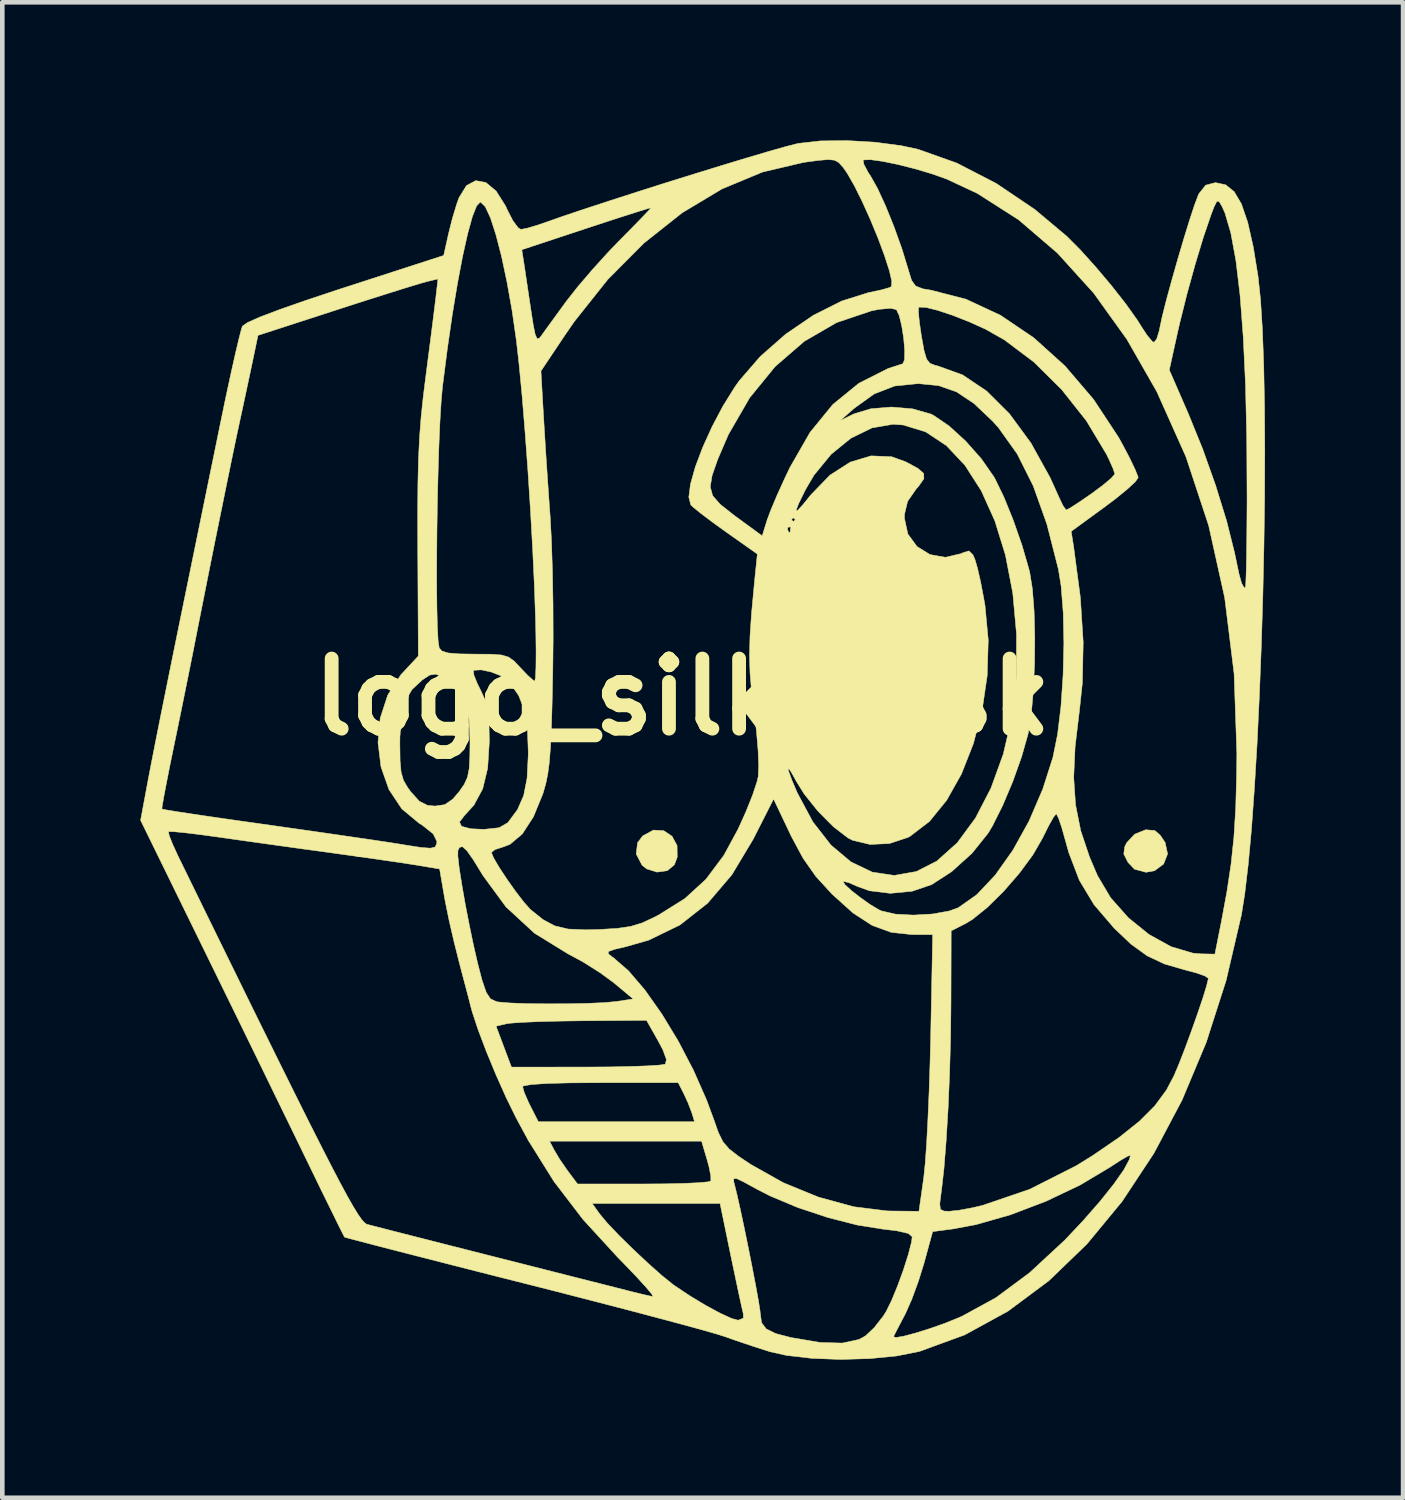
<source format=kicad_pcb>
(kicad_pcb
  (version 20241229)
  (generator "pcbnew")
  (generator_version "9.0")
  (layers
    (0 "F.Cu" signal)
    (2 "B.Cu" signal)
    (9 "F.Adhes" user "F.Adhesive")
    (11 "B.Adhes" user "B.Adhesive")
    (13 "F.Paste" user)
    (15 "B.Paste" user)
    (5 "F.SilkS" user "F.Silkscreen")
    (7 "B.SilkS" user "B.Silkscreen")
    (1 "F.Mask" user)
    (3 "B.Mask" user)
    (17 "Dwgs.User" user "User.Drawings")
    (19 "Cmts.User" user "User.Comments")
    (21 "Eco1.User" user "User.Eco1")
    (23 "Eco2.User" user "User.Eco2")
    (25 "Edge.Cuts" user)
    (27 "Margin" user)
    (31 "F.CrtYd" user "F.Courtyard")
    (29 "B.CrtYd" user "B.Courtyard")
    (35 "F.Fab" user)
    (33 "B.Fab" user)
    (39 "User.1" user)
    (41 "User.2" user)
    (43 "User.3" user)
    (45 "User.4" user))
  (footprint "logo_silkmask"
    (layer "F.Cu")
    (at 11.777 12.095)
    (property "Reference" "logo_silkmask" (at 0 0 0) (layer "F.SilkS") (effects (font (size 1.524 1.524) (thickness 0.3))))
    (attr through_hole)
    (fp_poly (pts (xy -0.405 2.905) (xy -0.223 3.027) (xy -0.114 3.229) (xy -0.111 3.482) (xy -0.172 3.646) (xy -0.325 3.775) (xy -0.549 3.806) (xy -0.775 3.736) (xy -0.876 3.655) (xy -1.002 3.413) (xy -0.973 3.168) (xy -0.861 3.019) (xy -0.629 2.893) (xy -0.405 2.905)) (stroke (width 0.01) (type solid)) (fill yes) (layer "F.SilkS"))
    (fp_poly (pts (xy 10.267 2.902) (xy 10.383 3.002) (xy 10.491 3.161) (xy 10.545 3.41) (xy 10.459 3.63) (xy 10.262 3.776) (xy 10.075 3.81) (xy 9.826 3.743) (xy 9.684 3.594) (xy 9.593 3.414) (xy 9.612 3.259) (xy 9.655 3.169) (xy 9.83 2.982) (xy 10.068 2.886) (xy 10.267 2.902)) (stroke (width 0.01) (type solid)) (fill yes) (layer "F.SilkS"))
    (fp_poly (pts (xy 4.184 -12.055) (xy 4.76 -11.979) (xy 5.122 -11.901) (xy 5.964 -11.602) (xy 6.82 -11.16) (xy 7.658 -10.595) (xy 8.353 -10.012) (xy 8.648 -9.716) (xy 8.985 -9.342) (xy 9.327 -8.936) (xy 9.638 -8.54) (xy 9.881 -8.199) (xy 9.959 -8.074) (xy 10.097 -7.863) (xy 10.209 -7.729) (xy 10.249 -7.705) (xy 10.308 -7.779) (xy 10.365 -7.964) (xy 10.376 -8.022) (xy 10.428 -8.268) (xy 10.517 -8.62) (xy 10.632 -9.042) (xy 10.761 -9.497) (xy 10.894 -9.947) (xy 11.02 -10.355) (xy 11.128 -10.685) (xy 11.209 -10.899) (xy 11.225 -10.935) (xy 11.373 -11.121) (xy 11.582 -11.176) (xy 11.588 -11.176) (xy 11.807 -11.129) (xy 11.992 -10.98) (xy 12.149 -10.714) (xy 12.285 -10.318) (xy 12.407 -9.779) (xy 12.51 -9.144) (xy 12.564 -8.64) (xy 12.605 -7.988) (xy 12.634 -7.21) (xy 12.651 -6.327) (xy 12.657 -5.359) (xy 12.653 -4.329) (xy 12.638 -3.256) (xy 12.614 -2.163) (xy 12.58 -1.071) (xy 12.538 -0.001) (xy 12.489 1.027) (xy 12.431 1.991) (xy 12.368 2.869) (xy 12.297 3.641) (xy 12.221 4.285) (xy 12.15 4.731) (xy 11.817 6.16) (xy 11.385 7.506) (xy 10.859 8.761) (xy 10.248 9.916) (xy 9.557 10.962) (xy 8.793 11.888) (xy 7.964 12.687) (xy 7.076 13.348) (xy 6.135 13.863) (xy 5.152 14.222) (xy 4.658 14.32) (xy 4.068 14.378) (xy 3.436 14.396) (xy 2.817 14.372) (xy 2.264 14.308) (xy 1.905 14.228) (xy 1.53 14.108) (xy 1.131 13.973) (xy 0.931 13.902) (xy 0.755 13.846) (xy 0.433 13.754) (xy -0.016 13.631) (xy -0.574 13.482) (xy -1.221 13.311) (xy -1.939 13.125) (xy -2.71 12.926) (xy -3.427 12.744) (xy -4.21 12.546) (xy -4.941 12.36) (xy -5.604 12.19) (xy -6.183 12.042) (xy -6.663 11.918) (xy -7.026 11.823) (xy -7.258 11.762) (xy -7.341 11.738) (xy -7.382 11.659) (xy -7.487 11.449) (xy -7.644 11.128) (xy -7.845 10.72) (xy -8.077 10.243) (xy -8.243 9.901) (xy -8.505 9.362) (xy -8.824 8.708) (xy -9.181 7.974) (xy -9.56 7.198) (xy -9.943 6.415) (xy -10.312 5.661) (xy -10.448 5.383) (xy -11.651 2.927) (xy -11.167 2.927) (xy -11.15 3.013) (xy -11.072 3.209) (xy -10.95 3.473) (xy -10.941 3.491) (xy -10.313 4.775) (xy -9.754 5.915) (xy -9.261 6.92) (xy -8.828 7.797) (xy -8.452 8.556) (xy -8.129 9.204) (xy -7.853 9.75) (xy -7.621 10.203) (xy -7.429 10.57) (xy -7.272 10.861) (xy -7.145 11.083) (xy -7.045 11.245) (xy -6.967 11.356) (xy -6.907 11.423) (xy -6.861 11.456) (xy -6.85 11.46) (xy -6.719 11.494) (xy -6.446 11.564) (xy -6.052 11.665) (xy -5.561 11.79) (xy -4.992 11.935) (xy -4.37 12.093) (xy -4.106 12.16) (xy -3.454 12.325) (xy -2.836 12.482) (xy -2.277 12.624) (xy -1.799 12.745) (xy -1.429 12.839) (xy -1.19 12.9) (xy -1.143 12.912) (xy -0.885 12.976) (xy -0.693 13.019) (xy -0.637 13.029) (xy -0.663 12.977) (xy -0.79 12.825) (xy -1 12.595) (xy -1.275 12.308) (xy -1.409 12.171) (xy -2.157 11.355) (xy -2.423 11.007) (xy -1.959 11.007) (xy -1.792 11.239) (xy -1.629 11.434) (xy -1.375 11.701) (xy -1.066 12.004) (xy -0.742 12.308) (xy -0.44 12.576) (xy -0.198 12.771) (xy -0.173 12.789) (xy 0.16 13.011) (xy 0.504 13.219) (xy 0.822 13.391) (xy 1.074 13.506) (xy 1.212 13.544) (xy 1.326 13.499) (xy 1.324 13.399) (xy 1.292 13.263) (xy 1.234 12.998) (xy 1.158 12.639) (xy 1.07 12.22) (xy 1.051 12.129) (xy 0.82 11.007) (xy -1.959 11.007) (xy -2.423 11.007) (xy -2.789 10.529) (xy -3.337 9.652) (xy -2.885 9.652) (xy -2.786 9.842) (xy -2.67 10.038) (xy -2.51 10.271) (xy -2.483 10.308) (xy -2.277 10.583) (xy -0.847 10.583) (xy -0.373 10.58) (xy 0.039 10.57) (xy 0.36 10.555) (xy 0.563 10.536) (xy 0.59 10.528) (xy 1.116 10.528) (xy 1.133 10.593) (xy 1.185 10.801) (xy 1.257 11.121) (xy 1.341 11.515) (xy 1.43 11.948) (xy 1.516 12.382) (xy 1.593 12.783) (xy 1.653 13.112) (xy 1.688 13.335) (xy 1.695 13.402) (xy 1.722 13.597) (xy 1.823 13.732) (xy 2.028 13.833) (xy 2.369 13.922) (xy 2.377 13.923) (xy 2.995 14.027) (xy 3.479 14.04) (xy 3.838 13.962) (xy 3.953 13.9) (xy 4.589 13.9) (xy 4.639 13.92) (xy 4.812 13.89) (xy 5.072 13.821) (xy 5.382 13.724) (xy 5.708 13.609) (xy 6.012 13.486) (xy 6.08 13.456) (xy 6.813 13.055) (xy 7.546 12.512) (xy 8.297 11.816) (xy 8.315 11.799) (xy 8.718 11.371) (xy 9.077 10.96) (xy 9.374 10.588) (xy 9.593 10.277) (xy 9.716 10.048) (xy 9.737 9.96) (xy 9.673 9.981) (xy 9.508 10.078) (xy 9.292 10.219) (xy 8.642 10.607) (xy 7.902 10.959) (xy 7.129 11.253) (xy 6.379 11.467) (xy 5.874 11.561) (xy 5.44 11.618) (xy 5.252 12.305) (xy 5.131 12.694) (xy 4.989 13.082) (xy 4.853 13.391) (xy 4.839 13.418) (xy 4.712 13.66) (xy 4.62 13.838) (xy 4.589 13.9) (xy 3.953 13.9) (xy 3.979 13.885) (xy 4.169 13.706) (xy 4.365 13.456) (xy 4.428 13.356) (xy 4.546 13.117) (xy 4.678 12.796) (xy 4.807 12.442) (xy 4.913 12.107) (xy 4.981 11.842) (xy 4.995 11.729) (xy 4.911 11.658) (xy 4.659 11.6) (xy 4.37 11.566) (xy 3.804 11.476) (xy 3.162 11.312) (xy 2.509 11.095) (xy 1.91 10.844) (xy 1.617 10.694) (xy 1.34 10.542) (xy 1.183 10.467) (xy 1.118 10.465) (xy 1.116 10.528) (xy 0.59 10.528) (xy 0.62 10.52) (xy 0.619 10.408) (xy 0.576 10.194) (xy 0.537 10.054) (xy 0.418 9.652) (xy -2.885 9.652) (xy -3.337 9.652) (xy -3.35 9.631) (xy -3.613 9.144) (xy -3.829 8.704) (xy -3.933 8.47) (xy -3.471 8.47) (xy -3.435 8.594) (xy -3.345 8.803) (xy -3.3 8.893) (xy -3.129 9.229) (xy 0.265 9.229) (xy 0.207 9.038) (xy 0.123 8.818) (xy 0.029 8.615) (xy -0.089 8.382) (xy -1.78 8.382) (xy -2.44 8.386) (xy -2.939 8.399) (xy -3.276 8.421) (xy -3.448 8.451) (xy -3.471 8.47) (xy -3.933 8.47) (xy -4.051 8.207) (xy -4.26 7.7) (xy -4.438 7.23) (xy -4.463 7.154) (xy -4.047 7.154) (xy -3.713 8.043) (xy -2.09 8.042) (xy -1.578 8.039) (xy -1.123 8.029) (xy -0.751 8.016) (xy -0.492 7.999) (xy -0.372 7.98) (xy -0.37 7.979) (xy -0.345 7.878) (xy -0.423 7.667) (xy -0.526 7.472) (xy -0.778 7.027) (xy -2.188 7.037) (xy -2.677 7.044) (xy -3.12 7.055) (xy -3.484 7.071) (xy -3.735 7.089) (xy -3.823 7.101) (xy -4.047 7.154) (xy -4.463 7.154) (xy -4.565 6.845) (xy -4.596 6.731) (xy -4.635 6.578) (xy -4.706 6.307) (xy -4.797 5.964) (xy -4.851 5.757) (xy -4.961 5.32) (xy -5.067 4.859) (xy -5.15 4.454) (xy -5.17 4.346) (xy -5.274 3.738) (xy -5.791 3.652) (xy -6.058 3.61) (xy -6.45 3.553) (xy -6.92 3.485) (xy -7.094 3.461) (xy -4.878 3.461) (xy -4.848 3.719) (xy -4.792 4.074) (xy -4.719 4.493) (xy -4.632 4.941) (xy -4.54 5.385) (xy -4.447 5.79) (xy -4.361 6.122) (xy -4.352 6.154) (xy -4.262 6.418) (xy -4.17 6.559) (xy -4.041 6.62) (xy -3.996 6.628) (xy -3.757 6.649) (xy -3.396 6.663) (xy -2.962 6.668) (xy -2.502 6.667) (xy -2.065 6.658) (xy -1.697 6.642) (xy -1.448 6.619) (xy -1.444 6.619) (xy -1.068 6.562) (xy -1.487 6.212) (xy -1.787 5.992) (xy -2.158 5.758) (xy -2.489 5.579) (xy -1.611 5.579) (xy -1.522 5.65) (xy -1.499 5.665) (xy -1.17 5.95) (xy -0.813 6.368) (xy -0.446 6.888) (xy -0.087 7.48) (xy 0.244 8.115) (xy 0.529 8.762) (xy 0.682 9.177) (xy 0.784 9.466) (xy 0.883 9.666) (xy 1.017 9.822) (xy 1.223 9.982) (xy 1.482 10.155) (xy 2.196 10.556) (xy 2.96 10.869) (xy 3.727 11.078) (xy 4.449 11.168) (xy 4.54 11.17) (xy 5.142 11.176) (xy 5.165 11.015) (xy 5.594 11.015) (xy 5.608 11.133) (xy 5.686 11.172) (xy 5.797 11.176) (xy 6.007 11.155) (xy 6.303 11.1) (xy 6.52 11.049) (xy 7.547 10.699) (xy 8.561 10.186) (xy 8.916 9.966) (xy 9.491 9.572) (xy 9.933 9.219) (xy 10.268 8.884) (xy 10.519 8.543) (xy 10.681 8.237) (xy 10.79 7.98) (xy 10.921 7.643) (xy 11.06 7.266) (xy 11.194 6.888) (xy 11.31 6.546) (xy 11.392 6.279) (xy 11.429 6.125) (xy 11.43 6.114) (xy 11.355 6.062) (xy 11.159 5.994) (xy 10.943 5.937) (xy 10.481 5.804) (xy 10.102 5.626) (xy 9.747 5.369) (xy 9.383 5.023) (xy 8.946 4.513) (xy 8.628 3.985) (xy 8.396 3.378) (xy 8.328 3.133) (xy 8.247 2.845) (xy 8.176 2.634) (xy 8.128 2.541) (xy 8.125 2.54) (xy 8.067 2.611) (xy 7.962 2.796) (xy 7.832 3.058) (xy 7.827 3.069) (xy 7.617 3.432) (xy 7.323 3.831) (xy 6.98 4.226) (xy 6.627 4.574) (xy 6.301 4.836) (xy 6.16 4.921) (xy 5.842 5.083) (xy 5.838 6.627) (xy 5.83 7.392) (xy 5.808 8.172) (xy 5.776 8.931) (xy 5.734 9.632) (xy 5.686 10.241) (xy 5.632 10.721) (xy 5.624 10.774) (xy 5.594 11.015) (xy 5.165 11.015) (xy 5.247 10.435) (xy 5.277 10.145) (xy 5.308 9.717) (xy 5.336 9.186) (xy 5.362 8.583) (xy 5.383 7.941) (xy 5.396 7.429) (xy 5.44 5.165) (xy 4.985 5.163) (xy 4.539 5.115) (xy 4.124 4.964) (xy 3.706 4.692) (xy 3.252 4.283) (xy 3.251 4.282) (xy 2.9 3.898) (xy 2.623 3.503) (xy 2.365 3.022) (xy 2.344 2.977) (xy 1.983 2.218) (xy 1.539 3.093) (xy 1.076 3.865) (xy 0.548 4.484) (xy -0.052 4.955) (xy -0.729 5.284) (xy -1.209 5.422) (xy -1.477 5.485) (xy -1.603 5.531) (xy -1.611 5.579) (xy -2.489 5.579) (xy -2.493 5.577) (xy -3.211 5.135) (xy -3.832 4.562) (xy -4.331 3.882) (xy -4.538 3.544) (xy -4.653 3.38) (xy -4.149 3.38) (xy -4.101 3.497) (xy -3.978 3.706) (xy -3.808 3.964) (xy -3.62 4.229) (xy -3.442 4.46) (xy -3.304 4.615) (xy -3.293 4.625) (xy -3.025 4.839) (xy -2.772 4.974) (xy -2.482 5.043) (xy -2.106 5.06) (xy -1.813 5.053) (xy -1.415 5.029) (xy -1.123 4.986) (xy -0.873 4.91) (xy -0.603 4.784) (xy -0.508 4.734) (xy 0.055 4.381) (xy 0.513 3.962) (xy 0.902 3.442) (xy 1.212 2.871) (xy 1.381 2.496) (xy 1.525 2.137) (xy 1.622 1.845) (xy 1.65 1.725) (xy 1.658 1.546) (xy 2.301 1.546) (xy 2.309 1.612) (xy 2.381 1.808) (xy 2.497 2.081) (xy 2.837 2.715) (xy 3.23 3.219) (xy 3.664 3.584) (xy 4.127 3.806) (xy 4.605 3.878) (xy 5.086 3.793) (xy 5.531 3.566) (xy 5.974 3.169) (xy 6.37 2.632) (xy 6.707 1.98) (xy 6.975 1.24) (xy 7.162 0.436) (xy 7.257 -0.406) (xy 7.259 -0.429) (xy 7.262 -1.367) (xy 7.181 -2.256) (xy 7.022 -3.08) (xy 6.791 -3.827) (xy 6.495 -4.483) (xy 6.142 -5.033) (xy 5.737 -5.463) (xy 5.288 -5.76) (xy 4.801 -5.91) (xy 4.582 -5.926) (xy 4.122 -5.847) (xy 3.662 -5.622) (xy 3.233 -5.273) (xy 2.861 -4.82) (xy 2.674 -4.501) (xy 2.53 -4.207) (xy 2.472 -4.058) (xy 2.503 -4.051) (xy 2.625 -4.184) (xy 2.792 -4.391) (xy 3.206 -4.818) (xy 3.648 -5.103) (xy 4.102 -5.239) (xy 4.551 -5.22) (xy 4.851 -5.112) (xy 5.118 -4.968) (xy 5.246 -4.857) (xy 5.249 -4.742) (xy 5.14 -4.587) (xy 5.08 -4.517) (xy 4.896 -4.252) (xy 4.829 -3.977) (xy 4.826 -3.885) (xy 4.901 -3.541) (xy 5.099 -3.27) (xy 5.383 -3.094) (xy 5.716 -3.035) (xy 6.059 -3.115) (xy 6.102 -3.136) (xy 6.229 -3.174) (xy 6.313 -3.092) (xy 6.359 -2.988) (xy 6.414 -2.798) (xy 6.483 -2.495) (xy 6.552 -2.132) (xy 6.577 -1.99) (xy 6.648 -1.234) (xy 6.625 -0.465) (xy 6.514 0.293) (xy 6.325 1.014) (xy 6.066 1.673) (xy 5.745 2.244) (xy 5.371 2.704) (xy 4.951 3.026) (xy 4.901 3.053) (xy 4.501 3.185) (xy 4.079 3.205) (xy 3.699 3.114) (xy 3.597 3.061) (xy 3.28 2.817) (xy 2.945 2.479) (xy 2.648 2.108) (xy 2.48 1.838) (xy 2.358 1.618) (xy 2.301 1.546) (xy 1.658 1.546) (xy 1.66 1.502) (xy 1.646 1.159) (xy 1.611 0.742) (xy 1.561 0.328) (xy 1.505 -0.121) (xy 1.471 -0.519) (xy 1.46 -0.908) (xy 1.471 -1.329) (xy 1.505 -1.825) (xy 1.562 -2.437) (xy 1.577 -2.59) (xy 1.63 -3.106) (xy 0.955 -3.582) (xy 0.654 -3.799) (xy 0.4 -3.991) (xy 0.229 -4.13) (xy 0.184 -4.174) (xy 0.141 -4.343) (xy 0.17 -4.568) (xy 0.606 -4.568) (xy 0.659 -4.374) (xy 0.822 -4.187) (xy 1.109 -3.96) (xy 1.164 -3.919) (xy 1.736 -3.5) (xy 1.779 -3.641) (xy 2.286 -3.641) (xy 2.317 -3.571) (xy 2.342 -3.584) (xy 2.353 -3.685) (xy 2.342 -3.697) (xy 2.292 -3.685) (xy 2.286 -3.641) (xy 1.779 -3.641) (xy 1.841 -3.84) (xy 1.845 -3.852) (xy 2.371 -3.852) (xy 2.413 -3.81) (xy 2.455 -3.852) (xy 2.413 -3.895) (xy 2.371 -3.852) (xy 1.845 -3.852) (xy 1.923 -4.062) (xy 2.059 -4.384) (xy 2.228 -4.756) (xy 2.339 -4.989) (xy 2.775 -5.749) (xy 2.983 -6.004) (xy 3.429 -6.004) (xy 3.725 -6.15) (xy 4.096 -6.263) (xy 4.546 -6.3) (xy 5.004 -6.261) (xy 5.398 -6.149) (xy 5.461 -6.118) (xy 5.797 -5.889) (xy 6.159 -5.558) (xy 6.499 -5.174) (xy 6.769 -4.786) (xy 6.795 -4.741) (xy 6.988 -4.343) (xy 7.191 -3.842) (xy 7.38 -3.301) (xy 7.53 -2.784) (xy 7.549 -2.709) (xy 7.607 -2.349) (xy 7.644 -1.867) (xy 7.659 -1.309) (xy 7.654 -0.72) (xy 7.628 -0.145) (xy 7.583 0.368) (xy 7.519 0.775) (xy 7.511 0.812) (xy 7.372 1.302) (xy 7.181 1.838) (xy 6.962 2.357) (xy 6.741 2.799) (xy 6.647 2.957) (xy 6.295 3.397) (xy 5.85 3.798) (xy 5.419 4.077) (xy 4.994 4.222) (xy 4.519 4.267) (xy 4.064 4.211) (xy 3.811 4.12) (xy 3.62 4.036) (xy 3.506 4.008) (xy 3.496 4.011) (xy 3.533 4.078) (xy 3.671 4.205) (xy 3.868 4.359) (xy 4.08 4.509) (xy 4.268 4.622) (xy 4.329 4.65) (xy 4.63 4.719) (xy 5.023 4.74) (xy 5.437 4.716) (xy 5.803 4.65) (xy 5.996 4.58) (xy 6.398 4.297) (xy 6.799 3.872) (xy 7.183 3.33) (xy 7.533 2.699) (xy 7.832 2.003) (xy 8.053 1.312) (xy 8.154 0.814) (xy 8.228 0.202) (xy 8.274 -0.475) (xy 8.291 -1.168) (xy 8.277 -1.829) (xy 8.231 -2.41) (xy 8.173 -2.772) (xy 7.922 -3.755) (xy 7.625 -4.587) (xy 7.277 -5.281) (xy 6.871 -5.85) (xy 6.744 -5.992) (xy 6.337 -6.378) (xy 5.958 -6.63) (xy 5.568 -6.766) (xy 5.128 -6.809) (xy 5.122 -6.809) (xy 4.614 -6.757) (xy 4.169 -6.585) (xy 3.734 -6.272) (xy 3.719 -6.259) (xy 3.429 -6.004) (xy 2.983 -6.004) (xy 3.271 -6.356) (xy 3.835 -6.816) (xy 4.475 -7.139) (xy 4.792 -7.241) (xy 4.828 -7.329) (xy 4.832 -7.531) (xy 4.81 -7.792) (xy 4.768 -8.062) (xy 4.713 -8.288) (xy 4.676 -8.366) (xy 5.13 -8.366) (xy 5.151 -8.149) (xy 5.193 -7.857) (xy 5.197 -7.835) (xy 5.253 -7.526) (xy 5.307 -7.344) (xy 5.381 -7.25) (xy 5.498 -7.205) (xy 5.552 -7.193) (xy 6.088 -7) (xy 6.611 -6.649) (xy 7.11 -6.152) (xy 7.574 -5.52) (xy 7.993 -4.765) (xy 8.185 -4.339) (xy 8.272 -4.157) (xy 8.338 -4.066) (xy 8.345 -4.064) (xy 8.431 -4.109) (xy 8.617 -4.229) (xy 8.864 -4.398) (xy 8.894 -4.419) (xy 9.14 -4.602) (xy 9.319 -4.752) (xy 9.397 -4.841) (xy 9.398 -4.846) (xy 9.362 -4.958) (xy 9.272 -5.161) (xy 9.217 -5.274) (xy 8.78 -6.002) (xy 8.243 -6.68) (xy 7.64 -7.277) (xy 7 -7.759) (xy 6.59 -7.991) (xy 6.231 -8.153) (xy 5.872 -8.294) (xy 5.547 -8.402) (xy 5.294 -8.465) (xy 5.15 -8.471) (xy 5.134 -8.462) (xy 5.13 -8.366) (xy 4.676 -8.366) (xy 4.652 -8.417) (xy 4.525 -8.446) (xy 4.275 -8.423) (xy 4.112 -8.391) (xy 3.352 -8.135) (xy 2.65 -7.728) (xy 2.017 -7.18) (xy 1.463 -6.501) (xy 1.001 -5.702) (xy 0.77 -5.165) (xy 0.648 -4.816) (xy 0.606 -4.568) (xy 0.17 -4.568) (xy 0.178 -4.627) (xy 0.281 -4.996) (xy 0.441 -5.42) (xy 0.645 -5.87) (xy 0.881 -6.318) (xy 1.139 -6.733) (xy 1.235 -6.868) (xy 1.694 -7.399) (xy 2.245 -7.883) (xy 2.848 -8.294) (xy 3.464 -8.604) (xy 4.053 -8.789) (xy 4.089 -8.795) (xy 4.335 -8.848) (xy 4.504 -8.897) (xy 4.542 -8.917) (xy 4.552 -9.032) (xy 4.498 -9.267) (xy 4.394 -9.589) (xy 4.254 -9.966) (xy 4.089 -10.366) (xy 3.913 -10.758) (xy 3.739 -11.108) (xy 3.58 -11.385) (xy 3.493 -11.509) (xy 3.405 -11.608) (xy 3.317 -11.661) (xy 3.928 -11.661) (xy 3.946 -11.573) (xy 4.038 -11.399) (xy 4.096 -11.311) (xy 4.245 -11.045) (xy 4.42 -10.664) (xy 4.601 -10.215) (xy 4.769 -9.747) (xy 4.904 -9.306) (xy 4.907 -9.296) (xy 4.981 -9.055) (xy 5.07 -8.93) (xy 5.227 -8.869) (xy 5.407 -8.839) (xy 6.163 -8.644) (xy 6.911 -8.296) (xy 7.635 -7.807) (xy 8.316 -7.192) (xy 8.936 -6.467) (xy 9.478 -5.644) (xy 9.563 -5.492) (xy 9.72 -5.193) (xy 9.839 -4.944) (xy 9.901 -4.787) (xy 9.905 -4.764) (xy 9.841 -4.673) (xy 9.666 -4.512) (xy 9.41 -4.303) (xy 9.178 -4.129) (xy 8.45 -3.598) (xy 8.504 -3.26) (xy 8.649 -2.164) (xy 8.711 -1.189) (xy 8.693 -0.307) (xy 8.629 0.296) (xy 8.535 1.082) (xy 8.505 1.75) (xy 8.545 2.344) (xy 8.657 2.906) (xy 8.848 3.476) (xy 9.021 3.881) (xy 9.307 4.363) (xy 9.693 4.799) (xy 10.142 5.162) (xy 10.622 5.427) (xy 11.096 5.567) (xy 11.269 5.582) (xy 11.573 5.588) (xy 11.712 4.889) (xy 11.834 4.231) (xy 11.924 3.632) (xy 11.986 3.044) (xy 12.025 2.414) (xy 12.045 1.695) (xy 12.05 1.23) (xy 11.99 -0.505) (xy 11.786 -2.154) (xy 11.438 -3.723) (xy 10.943 -5.221) (xy 10.31 -6.635) (xy 10.041 -7.106) (xy 10.582 -7.106) (xy 11.001 -6.143) (xy 11.309 -5.384) (xy 11.59 -4.593) (xy 11.827 -3.826) (xy 11.999 -3.139) (xy 12.027 -3.006) (xy 12.098 -2.668) (xy 12.154 -2.47) (xy 12.204 -2.382) (xy 12.234 -2.371) (xy 12.243 -2.451) (xy 12.252 -2.678) (xy 12.26 -3.026) (xy 12.266 -3.472) (xy 12.27 -3.992) (xy 12.272 -4.297) (xy 12.265 -5.609) (xy 12.238 -6.79) (xy 12.188 -7.834) (xy 12.119 -8.734) (xy 12.029 -9.486) (xy 11.919 -10.083) (xy 11.79 -10.52) (xy 11.73 -10.655) (xy 11.665 -10.766) (xy 11.615 -10.77) (xy 11.553 -10.646) (xy 11.492 -10.486) (xy 11.324 -9.994) (xy 11.143 -9.396) (xy 10.965 -8.752) (xy 10.808 -8.123) (xy 10.755 -7.892) (xy 10.582 -7.106) (xy 10.041 -7.106) (xy 9.661 -7.77) (xy 8.939 -8.776) (xy 8.152 -9.645) (xy 7.308 -10.369) (xy 6.413 -10.941) (xy 5.751 -11.251) (xy 5.426 -11.367) (xy 5.059 -11.476) (xy 4.688 -11.57) (xy 4.352 -11.639) (xy 4.091 -11.675) (xy 3.943 -11.67) (xy 3.928 -11.661) (xy 3.317 -11.661) (xy 3.314 -11.663) (xy 3.177 -11.678) (xy 2.952 -11.659) (xy 2.636 -11.616) (xy 1.745 -11.407) (xy 0.861 -11.039) (xy -0.003 -10.521) (xy -0.834 -9.862) (xy -1.619 -9.073) (xy -2.343 -8.163) (xy -2.538 -7.881) (xy -3.072 -7.083) (xy -3.021 -6.187) (xy -2.996 -5.769) (xy -2.963 -5.241) (xy -2.924 -4.664) (xy -2.885 -4.096) (xy -2.873 -3.937) (xy -2.844 -3.403) (xy -2.823 -2.748) (xy -2.81 -2.019) (xy -2.807 -1.266) (xy -2.815 -0.535) (xy -2.816 -0.508) (xy -2.83 0.166) (xy -2.846 0.696) (xy -2.866 1.107) (xy -2.891 1.426) (xy -2.924 1.676) (xy -2.967 1.885) (xy -3.022 2.077) (xy -3.028 2.098) (xy -3.235 2.604) (xy -3.478 2.978) (xy -3.747 3.204) (xy -3.894 3.259) (xy -4.072 3.317) (xy -4.149 3.379) (xy -4.149 3.38) (xy -4.653 3.38) (xy -4.681 3.34) (xy -4.777 3.253) (xy -4.841 3.268) (xy -4.876 3.334) (xy -4.878 3.461) (xy -7.094 3.461) (xy -7.427 3.415) (xy -7.662 3.382) (xy -8.235 3.304) (xy -8.854 3.218) (xy -9.455 3.134) (xy -9.97 3.061) (xy -10.075 3.046) (xy -10.478 2.991) (xy -10.816 2.95) (xy -11.055 2.927) (xy -11.165 2.926) (xy -11.167 2.927) (xy -11.651 2.927) (xy -11.772 2.68) (xy -11.726 2.434) (xy -11.308 2.434) (xy -11.222 2.453) (xy -10.996 2.49) (xy -10.656 2.542) (xy -10.23 2.605) (xy -9.814 2.665) (xy -8.84 2.803) (xy -8.024 2.919) (xy -7.354 3.016) (xy -6.819 3.094) (xy -6.41 3.155) (xy -6.115 3.201) (xy -6.011 3.219) (xy -5.676 3.271) (xy -5.474 3.286) (xy -5.372 3.261) (xy -5.337 3.189) (xy -5.334 3.136) (xy -5.414 2.975) (xy -5.647 2.789) (xy -5.717 2.746) (xy -5.752 2.717) (xy -4.842 2.717) (xy -4.798 2.811) (xy -4.598 2.864) (xy -4.31 2.877) (xy -3.983 2.842) (xy -3.791 2.731) (xy -3.582 2.449) (xy -3.448 2.143) (xy -3.374 1.768) (xy -3.349 1.28) (xy -3.348 1.185) (xy -3.367 0.674) (xy -3.432 0.283) (xy -3.556 -0.031) (xy -3.751 -0.314) (xy -3.789 -0.358) (xy -3.936 -0.458) (xy -4.152 -0.542) (xy -4.369 -0.589) (xy -4.52 -0.581) (xy -4.54 -0.569) (xy -4.529 -0.475) (xy -4.453 -0.287) (xy -4.387 -0.156) (xy -4.288 0.059) (xy -4.229 0.281) (xy -4.201 0.564) (xy -4.194 0.961) (xy -4.194 0.974) (xy -4.23 1.548) (xy -4.338 1.997) (xy -4.529 2.351) (xy -4.734 2.576) (xy -4.842 2.717) (xy -5.752 2.717) (xy -6.096 2.431) (xy -6.375 2.011) (xy -6.548 1.52) (xy -6.609 1.023) (xy -6.138 1.023) (xy -6.133 1.387) (xy -6.111 1.633) (xy -6.06 1.81) (xy -5.969 1.967) (xy -5.901 2.06) (xy -5.716 2.265) (xy -5.538 2.355) (xy -5.376 2.371) (xy -5.163 2.34) (xy -4.99 2.222) (xy -4.851 2.06) (xy -4.739 1.899) (xy -4.669 1.746) (xy -4.631 1.555) (xy -4.617 1.279) (xy -4.614 0.965) (xy -4.633 0.485) (xy -4.698 0.134) (xy -4.824 -0.121) (xy -5.027 -0.318) (xy -5.19 -0.422) (xy -5.355 -0.496) (xy -5.488 -0.476) (xy -5.648 -0.372) (xy -5.874 -0.162) (xy -6.022 0.091) (xy -6.106 0.426) (xy -6.137 0.88) (xy -6.138 1.023) (xy -6.609 1.023) (xy -6.613 0.992) (xy -6.565 0.46) (xy -6.401 -0.042) (xy -6.118 -0.48) (xy -6.079 -0.522) (xy -5.737 -0.889) (xy -5.745 -2.45) (xy -5.338 -2.45) (xy -5.333 -1.943) (xy -5.323 -1.526) (xy -5.307 -1.227) (xy -5.284 -1.07) (xy -5.283 -1.065) (xy -5.224 -0.998) (xy -5.089 -0.956) (xy -4.847 -0.936) (xy -4.509 -0.931) (xy -4.157 -0.929) (xy -3.928 -0.912) (xy -3.777 -0.867) (xy -3.657 -0.782) (xy -3.524 -0.641) (xy -3.523 -0.64) (xy -3.356 -0.465) (xy -3.235 -0.359) (xy -3.207 -0.343) (xy -3.191 -0.422) (xy -3.181 -0.641) (xy -3.178 -0.972) (xy -3.183 -1.388) (xy -3.189 -1.672) (xy -3.214 -2.396) (xy -3.252 -3.203) (xy -3.3 -4.058) (xy -3.356 -4.924) (xy -3.418 -5.764) (xy -3.482 -6.543) (xy -3.547 -7.223) (xy -3.606 -7.746) (xy -3.701 -8.404) (xy -3.811 -9.021) (xy -3.929 -9.575) (xy -3.966 -9.718) (xy -3.488 -9.718) (xy -3.446 -9.452) (xy -3.415 -9.247) (xy -3.368 -8.931) (xy -3.313 -8.562) (xy -3.294 -8.434) (xy -3.239 -8.081) (xy -3.196 -7.873) (xy -3.155 -7.786) (xy -3.107 -7.796) (xy -3.07 -7.841) (xy -2.969 -7.982) (xy -2.799 -8.216) (xy -2.592 -8.5) (xy -2.524 -8.594) (xy -2.276 -8.909) (xy -1.954 -9.286) (xy -1.607 -9.669) (xy -1.384 -9.9) (xy -1.11 -10.178) (xy -0.885 -10.409) (xy -0.733 -10.568) (xy -0.677 -10.631) (xy -0.753 -10.611) (xy -0.964 -10.546) (xy -1.284 -10.444) (xy -1.688 -10.313) (xy -2.083 -10.183) (xy -3.488 -9.718) (xy -3.966 -9.718) (xy -4.051 -10.046) (xy -4.17 -10.413) (xy -4.283 -10.655) (xy -4.383 -10.752) (xy -4.392 -10.753) (xy -4.47 -10.671) (xy -4.562 -10.438) (xy -4.664 -10.069) (xy -4.773 -9.582) (xy -4.885 -8.992) (xy -4.997 -8.317) (xy -5.105 -7.573) (xy -5.207 -6.777) (xy -5.213 -6.731) (xy -5.241 -6.412) (xy -5.267 -5.981) (xy -5.289 -5.462) (xy -5.307 -4.881) (xy -5.322 -4.264) (xy -5.332 -3.636) (xy -5.337 -3.023) (xy -5.338 -2.45) (xy -5.745 -2.45) (xy -5.749 -3.217) (xy -5.751 -3.992) (xy -5.746 -4.632) (xy -5.733 -5.172) (xy -5.71 -5.646) (xy -5.676 -6.088) (xy -5.629 -6.532) (xy -5.583 -6.9) (xy -5.519 -7.397) (xy -5.458 -7.868) (xy -5.407 -8.273) (xy -5.37 -8.572) (xy -5.358 -8.669) (xy -5.31 -9.084) (xy -5.555 -9.025) (xy -5.707 -8.982) (xy -5.993 -8.895) (xy -6.383 -8.773) (xy -6.85 -8.625) (xy -7.366 -8.459) (xy -7.51 -8.412) (xy -9.221 -7.857) (xy -9.356 -7.21) (xy -9.444 -6.797) (xy -9.538 -6.356) (xy -9.613 -6.011) (xy -9.684 -5.68) (xy -9.781 -5.216) (xy -9.897 -4.65) (xy -10.026 -4.017) (xy -10.162 -3.349) (xy -10.296 -2.679) (xy -10.423 -2.04) (xy -10.537 -1.464) (xy -10.542 -1.439) (xy -10.635 -0.966) (xy -10.751 -0.389) (xy -10.876 0.229) (xy -10.998 0.824) (xy -11.038 1.016) (xy -11.133 1.478) (xy -11.212 1.878) (xy -11.271 2.189) (xy -11.304 2.383) (xy -11.308 2.434) (xy -11.726 2.434) (xy -11.605 1.785) (xy -11.543 1.463) (xy -11.454 1.008) (xy -11.343 0.449) (xy -11.216 -0.18) (xy -11.081 -0.849) (xy -10.943 -1.526) (xy -10.935 -1.566) (xy -10.78 -2.322) (xy -10.612 -3.143) (xy -10.44 -3.982) (xy -10.275 -4.788) (xy -10.126 -5.514) (xy -10.033 -5.969) (xy -9.917 -6.528) (xy -9.807 -7.037) (xy -9.71 -7.47) (xy -9.631 -7.802) (xy -9.577 -8.008) (xy -9.558 -8.059) (xy -9.448 -8.136) (xy -9.179 -8.256) (xy -8.754 -8.417) (xy -8.177 -8.619) (xy -7.453 -8.86) (xy -7.334 -8.898) (xy -5.186 -9.594) (xy -5.08 -10.068) (xy -4.997 -10.398) (xy -4.901 -10.715) (xy -4.852 -10.85) (xy -4.691 -11.112) (xy -4.49 -11.22) (xy -4.269 -11.179) (xy -4.046 -10.994) (xy -3.841 -10.669) (xy -3.802 -10.583) (xy -3.681 -10.348) (xy -3.566 -10.194) (xy -3.506 -10.16) (xy -3.368 -10.187) (xy -3.132 -10.258) (xy -2.945 -10.322) (xy -2.579 -10.451) (xy -2.11 -10.608) (xy -1.563 -10.787) (xy -0.965 -10.98) (xy -0.342 -11.178) (xy 0.282 -11.372) (xy 0.879 -11.556) (xy 1.424 -11.721) (xy 1.891 -11.859) (xy 2.255 -11.962) (xy 2.49 -12.022) (xy 2.521 -12.029) (xy 3 -12.083) (xy 3.576 -12.09) (xy 4.184 -12.055)) (stroke (width 0.01) (type solid)) (fill yes) (layer "F.SilkS")))
  (gr_rect
    (start -3 -3)
    (end 27.439 29.496)
    (stroke (width 0.1) (type default))
    (fill no)
    (layer "Edge.Cuts")))
</source>
